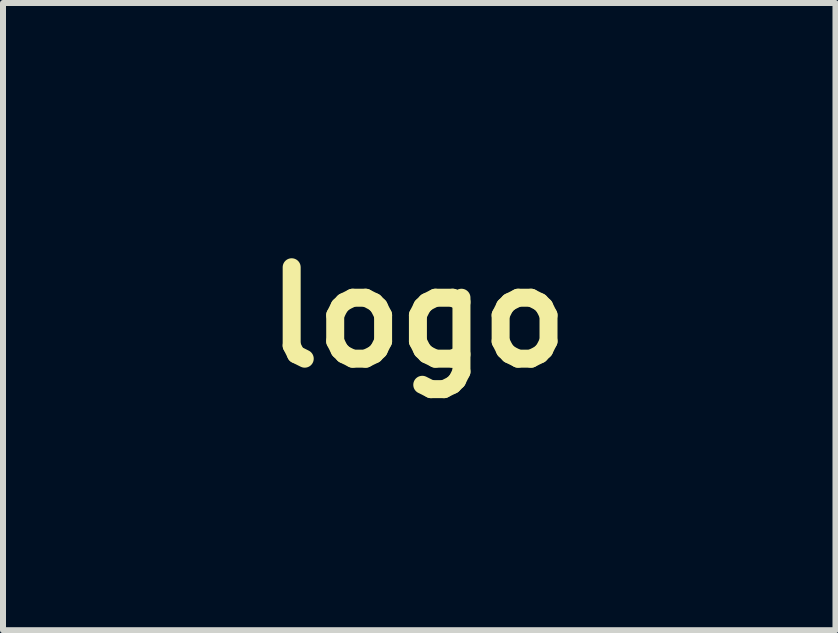
<source format=kicad_pcb>
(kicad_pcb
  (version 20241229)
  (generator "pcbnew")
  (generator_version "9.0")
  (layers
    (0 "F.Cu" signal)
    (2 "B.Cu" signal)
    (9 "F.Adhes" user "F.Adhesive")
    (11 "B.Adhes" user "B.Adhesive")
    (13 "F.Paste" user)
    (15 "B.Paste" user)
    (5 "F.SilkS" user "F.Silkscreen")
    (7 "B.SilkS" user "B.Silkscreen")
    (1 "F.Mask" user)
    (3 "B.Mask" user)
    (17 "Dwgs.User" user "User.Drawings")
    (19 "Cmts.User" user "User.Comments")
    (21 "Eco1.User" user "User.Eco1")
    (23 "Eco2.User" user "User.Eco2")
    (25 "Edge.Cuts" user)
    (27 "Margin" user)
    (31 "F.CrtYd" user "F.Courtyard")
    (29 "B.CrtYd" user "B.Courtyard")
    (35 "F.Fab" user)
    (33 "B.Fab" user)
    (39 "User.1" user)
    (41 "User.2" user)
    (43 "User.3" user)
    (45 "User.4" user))
  (footprint "logo"
    (layer "F.Cu")
    (at 3.917 2.24)
    (property "Reference" "logo" (at 0 0 0) (layer "F.SilkS") (effects (font (size 1.524 1.524) (thickness 0.3))))
    (attr through_hole)
    (fp_poly (pts (xy 3.224 -1.143) (xy 2.388 -1.143) (xy 2.388 -2.235) (xy 3.956 -2.235) (xy 3.224 -1.143)) (stroke (width 0.01) (type solid)) (fill no) (layer "Eco2.User"))
    (fp_poly (pts (xy 2.178 -0.019) (xy 2.172 2.197) (xy 1.067 2.211) (xy 1.067 -1.144) (xy 0.692 -1.137) (xy 0.318 -1.13) (xy 0.292 1.587) (xy 0.218 1.722) (xy 0.099 1.888) (xy -0.056 2.029) (xy -0.218 2.125) (xy -0.31 2.161) (xy -0.401 2.181) (xy -0.514 2.188) (xy -0.558 2.188) (xy -0.768 2.167) (xy -0.951 2.104) (xy -1.108 1.998) (xy -1.176 1.93) (xy -1.21 1.886) (xy -1.269 1.804) (xy -1.349 1.688) (xy -1.447 1.543) (xy -1.561 1.372) (xy -1.688 1.181) (xy -1.824 0.974) (xy -1.967 0.756) (xy -2.032 0.656) (xy -2.781 -0.5) (xy -2.807 2.197) (xy -3.912 2.211) (xy -3.912 0.332) (xy -3.912 -0.022) (xy -3.911 -0.329) (xy -3.911 -0.593) (xy -3.91 -0.817) (xy -3.909 -1.004) (xy -3.908 -1.159) (xy -3.905 -1.286) (xy -3.902 -1.387) (xy -3.899 -1.467) (xy -3.894 -1.529) (xy -3.888 -1.577) (xy -3.882 -1.614) (xy -3.874 -1.645) (xy -3.865 -1.673) (xy -3.859 -1.687) (xy -3.78 -1.839) (xy -3.663 -1.982) (xy -3.522 -2.102) (xy -3.451 -2.147) (xy -3.385 -2.181) (xy -3.328 -2.203) (xy -3.265 -2.216) (xy -3.181 -2.221) (xy -3.062 -2.222) (xy -3.048 -2.223) (xy -2.925 -2.221) (xy -2.838 -2.216) (xy -2.774 -2.205) (xy -2.717 -2.184) (xy -2.653 -2.151) (xy -2.645 -2.147) (xy -2.554 -2.088) (xy -2.468 -2.018) (xy -2.428 -1.977) (xy -2.399 -1.938) (xy -2.345 -1.86) (xy -2.269 -1.749) (xy -2.175 -1.607) (xy -2.064 -1.441) (xy -1.94 -1.252) (xy -1.805 -1.047) (xy -1.663 -0.83) (xy -1.586 -0.711) (xy -0.826 0.46) (xy -0.819 -0.888) (xy -0.812 -2.235) (xy 0.686 -2.235) (xy 2.185 -2.235) (xy 2.178 -0.019)) (stroke (width 0.01) (type solid)) (fill no) (layer "Eco2.User")))
  (gr_rect
    (start -3 -3)
    (end 10.878 7.456)
    (stroke (width 0.1) (type default))
    (fill no)
    (layer "Edge.Cuts")))
</source>
